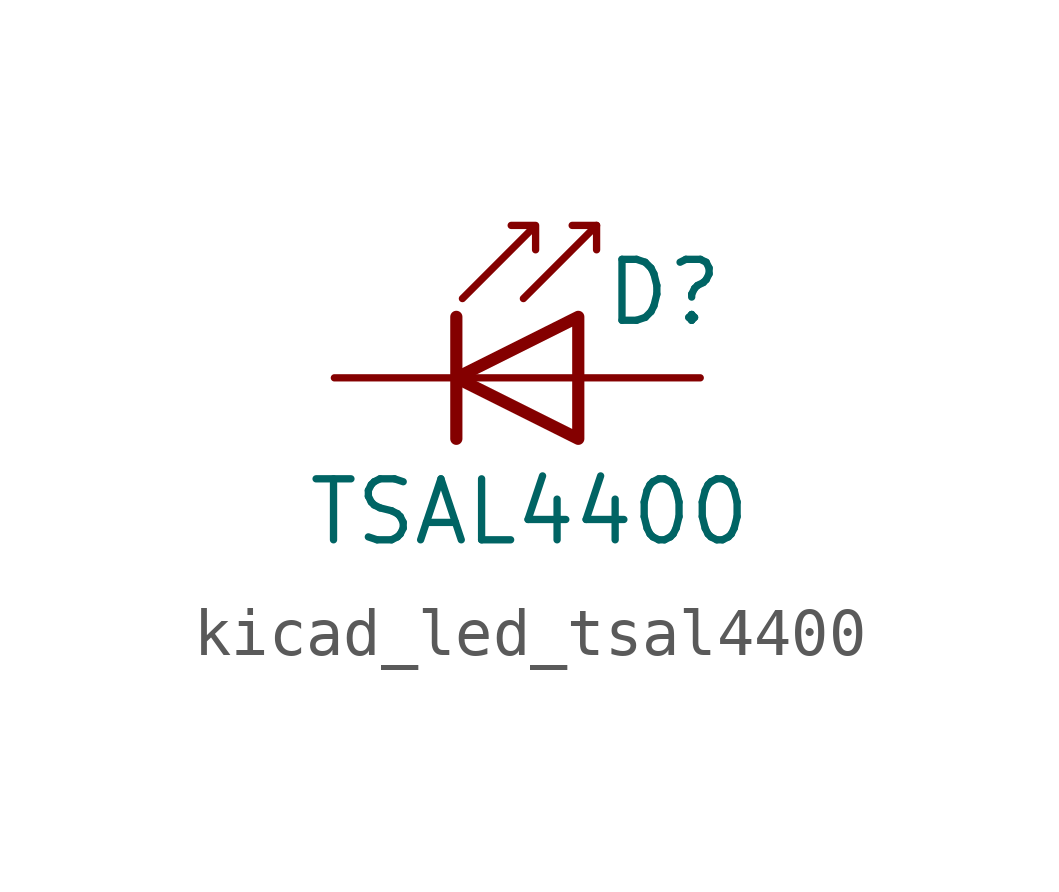
<source format=kicad_sym>
(kicad_symbol_lib
  (version 20220914)
  (generator kicad_symbol_editor)
  (symbol "kicad_led_tsal4400"
    (pin_numbers hide)
    (pin_names
      (offset 1.016) hide)
    (property "Reference" "D"
      (at 0.508 1.778 0)
      (effects (font (size 1.27 1.27)) (justify left)))
    (property "Value" "TSAL4400"
      (at -1.016 -2.794 0)
      (effects (font (size 1.27 1.27))))
    (symbol "kicad_led_tsal4400_0_1"
      (polyline (pts (xy -2.54 1.27) (xy -2.54 -1.27)) (stroke (width 0.254) (type default)) (fill (type none)))
      (polyline (pts (xy 0 0) (xy -2.54 0)) (stroke (width 0) (type default)) (fill (type none)))
      (polyline (pts (xy 0.381 3.175) (xy -0.127 3.175)) (stroke (width 0) (type default)) (fill (type none)))
      (polyline (pts (xy -1.143 1.651) (xy 0.381 3.175) (xy 0.381 2.667)) (stroke (width 0) (type default)) (fill (type none)))
      (polyline (pts (xy 0 1.27) (xy -2.54 0) (xy 0 -1.27) (xy 0 1.27)) (stroke (width 0.254) (type default)) (fill (type none)))
      (polyline (pts (xy -2.413 1.651) (xy -0.889 3.175) (xy -0.889 2.667) (xy -0.889 3.175) (xy -1.397 3.175)) (stroke (width 0) (type default)) (fill (type none))))
    (symbol "kicad_led_tsal4400_1_1"
      (pin passive line (at -5.08 0 0) (length 2.54) (name "K" (effects (font (size 1.27 1.27)))) (number "1" (effects (font (size 1.27 1.27)))))
      (pin passive line (at 2.54 0 180) (length 2.54) (name "A" (effects (font (size 1.27 1.27)))) (number "2" (effects (font (size 1.27 1.27))))))))
</source>
